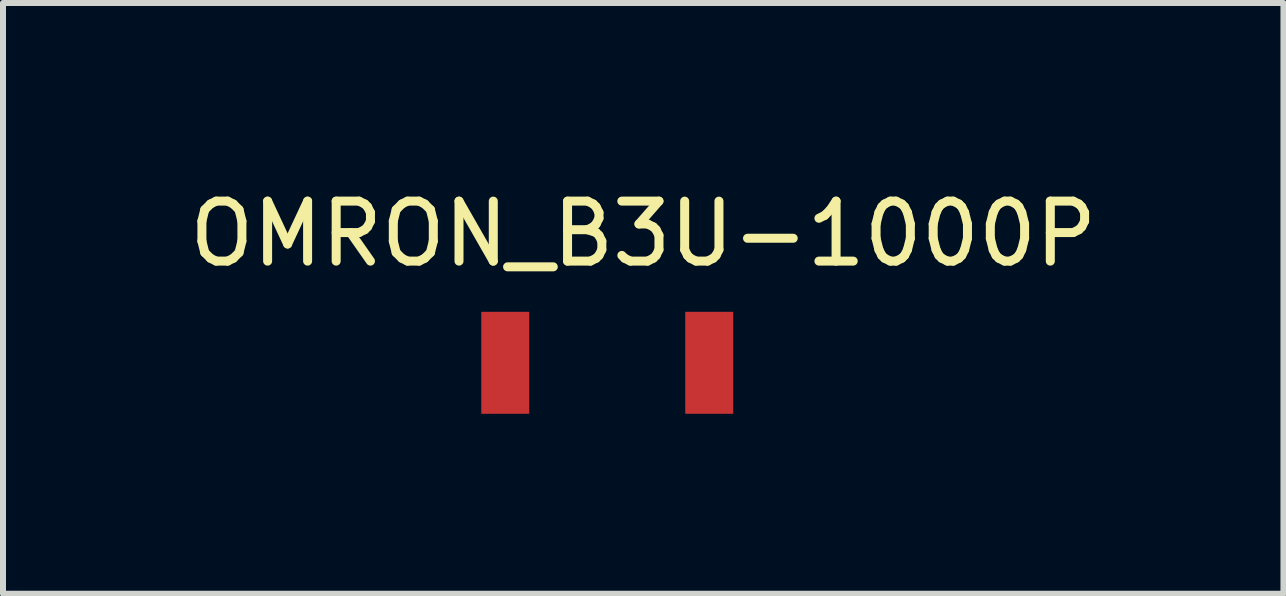
<source format=kicad_pcb>
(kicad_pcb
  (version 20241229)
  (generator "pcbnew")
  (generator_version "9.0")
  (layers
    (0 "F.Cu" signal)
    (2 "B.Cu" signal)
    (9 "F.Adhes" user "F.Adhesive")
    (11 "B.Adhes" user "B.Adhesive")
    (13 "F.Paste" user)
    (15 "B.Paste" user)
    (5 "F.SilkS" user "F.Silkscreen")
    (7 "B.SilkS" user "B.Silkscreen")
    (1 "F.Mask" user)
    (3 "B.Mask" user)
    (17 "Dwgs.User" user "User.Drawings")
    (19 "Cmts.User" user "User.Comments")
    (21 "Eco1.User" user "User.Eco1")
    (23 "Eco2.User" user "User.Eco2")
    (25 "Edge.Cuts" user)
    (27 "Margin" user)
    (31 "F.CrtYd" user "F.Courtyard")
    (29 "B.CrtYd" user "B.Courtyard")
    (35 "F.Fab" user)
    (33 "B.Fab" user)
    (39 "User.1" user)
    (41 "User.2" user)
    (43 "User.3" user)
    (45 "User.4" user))
  (footprint "OMRON_B3U-1000P"
    (layer "F.Cu")
    (at 7.073 2.998)
    (property "Reference" "OMRON_B3U-1000P" (at 0.6 -2.15 0) (layer "F.SilkS") (effects (font (size 1 1) (thickness 0.15))))
    (attr through_hole)
    (pad "1" smd rect (at -1.7 0) (size 0.8 1.7) (layers "F.Cu" "F.Mask" "F.Paste"))
    (pad "2" smd rect (at 1.7 0) (size 0.8 1.7) (layers "F.Cu" "F.Mask" "F.Paste")))
  (gr_rect
    (start -3 -3)
    (end 18.345 6.848)
    (stroke (width 0.1) (type default))
    (fill no)
    (layer "Edge.Cuts")))
</source>
